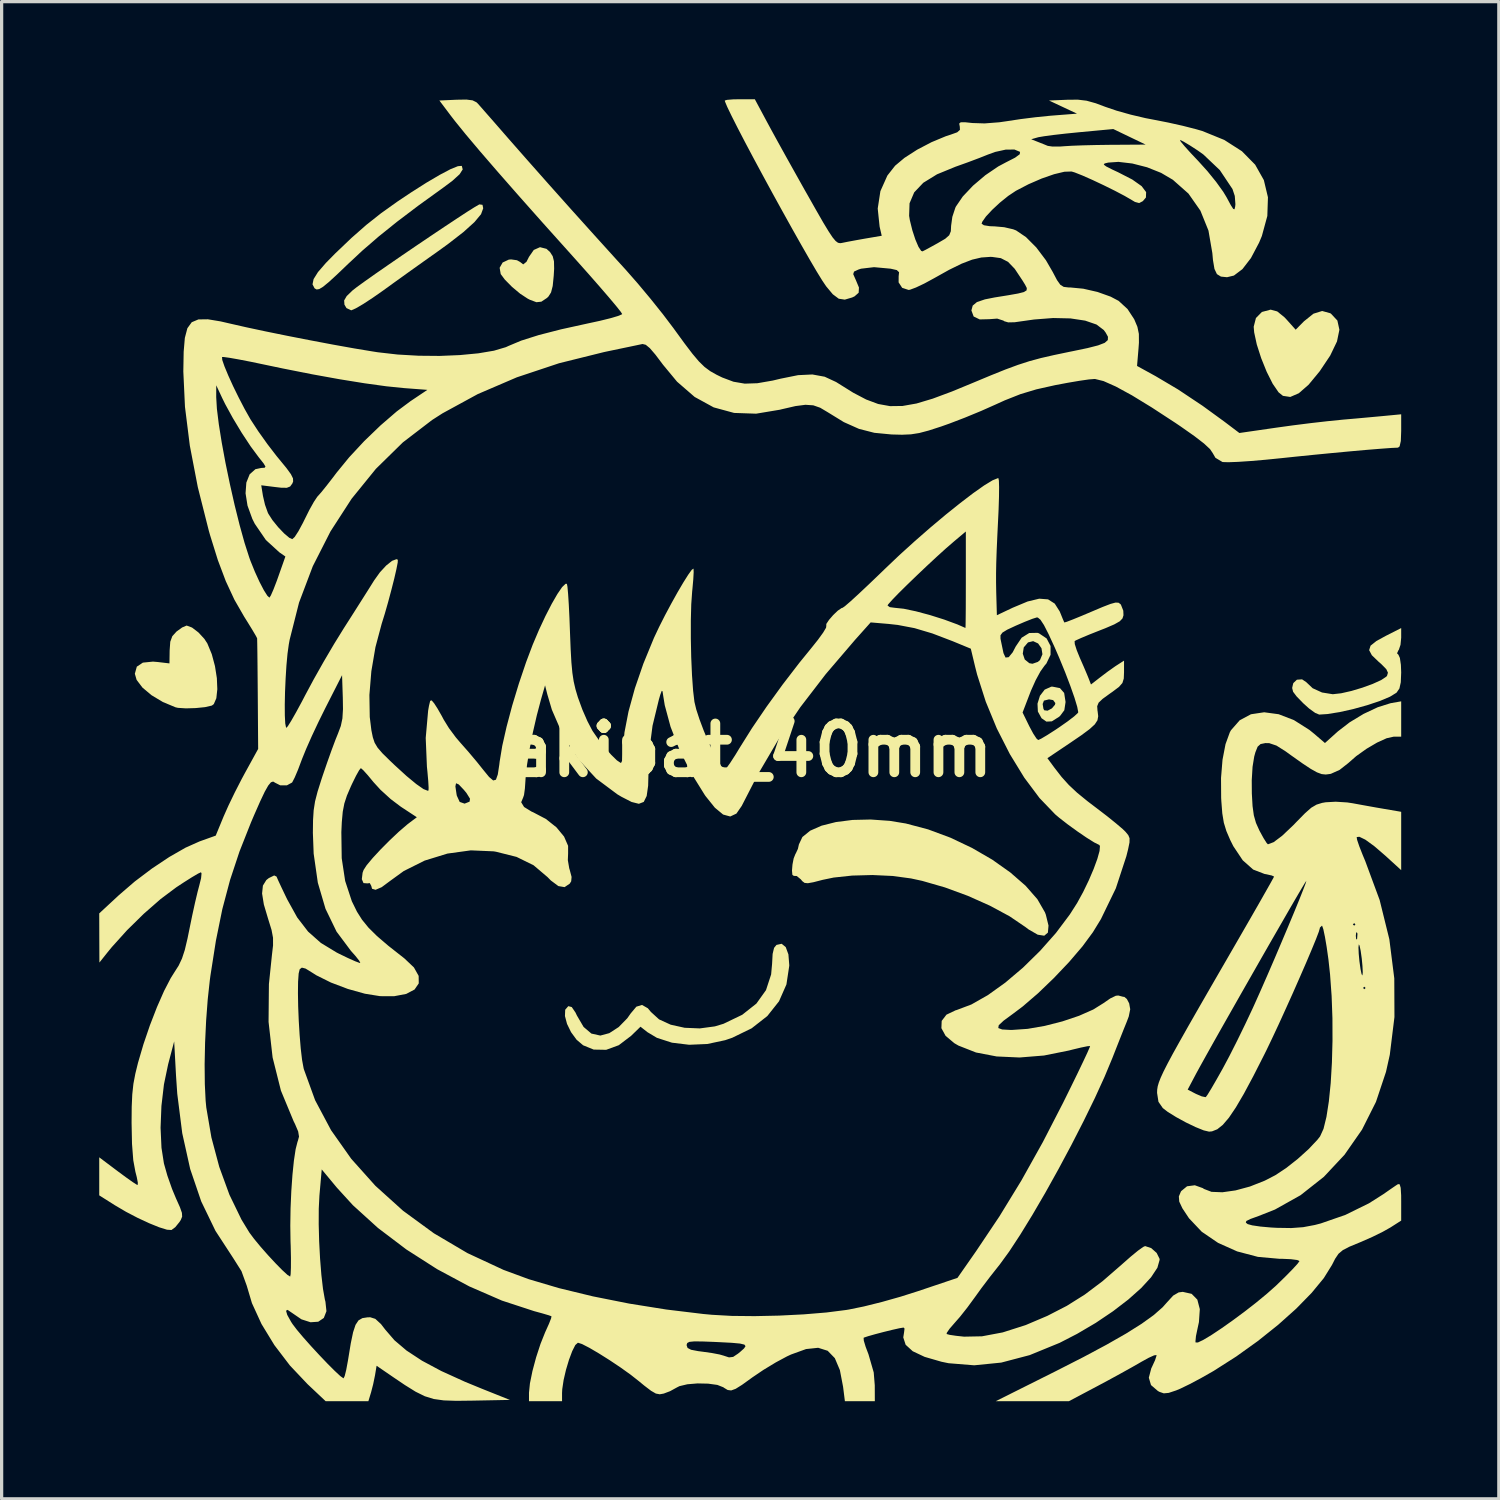
<source format=kicad_pcb>
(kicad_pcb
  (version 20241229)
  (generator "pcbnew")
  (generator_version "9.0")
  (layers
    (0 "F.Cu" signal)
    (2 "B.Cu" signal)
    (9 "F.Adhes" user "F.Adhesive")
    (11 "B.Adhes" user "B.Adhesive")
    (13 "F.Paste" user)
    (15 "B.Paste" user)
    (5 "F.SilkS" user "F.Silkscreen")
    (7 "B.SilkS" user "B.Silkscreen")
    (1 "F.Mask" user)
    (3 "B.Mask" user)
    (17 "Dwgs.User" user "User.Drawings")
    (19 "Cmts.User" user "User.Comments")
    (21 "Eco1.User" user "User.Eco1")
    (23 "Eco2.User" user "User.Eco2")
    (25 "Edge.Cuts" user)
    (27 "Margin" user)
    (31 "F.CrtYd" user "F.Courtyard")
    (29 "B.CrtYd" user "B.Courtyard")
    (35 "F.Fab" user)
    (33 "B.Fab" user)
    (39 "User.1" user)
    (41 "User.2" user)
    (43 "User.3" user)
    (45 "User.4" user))
  (footprint "akipat_40mm"
    (layer "F.Cu")
    (at 20.007 20.007)
    (property "Reference" "akipat_40mm" (at 0 0 0) (layer "F.SilkS") (effects (font (size 1.5 1.5) (thickness 0.3))))
    (attr board_only exclude_from_pos_files exclude_from_bom)
    (fp_poly (pts (xy -6.261 -15.409) (xy -6.152 -15.31) (xy -6.07 -15.182) (xy -6.031 -15.026) (xy -6.026 -14.795) (xy -6.039 -14.58) (xy -6.07 -14.268) (xy -6.121 -14.07) (xy -6.202 -13.942) (xy -6.252 -13.896) (xy -6.419 -13.785) (xy -6.571 -13.769) (xy -6.772 -13.844) (xy -6.838 -13.878) (xy -7.069 -14.029) (xy -7.321 -14.24) (xy -7.541 -14.463) (xy -7.668 -14.634) (xy -7.701 -14.827) (xy -7.609 -14.989) (xy -7.42 -15.078) (xy -7.348 -15.084) (xy -7.169 -15.059) (xy -7.073 -15.006) (xy -6.977 -14.931) (xy -6.876 -15.011) (xy -6.799 -15.163) (xy -6.652 -15.375) (xy -6.461 -15.46)) (stroke (width 0) (type solid)) (fill yes) (layer "F.SilkS"))
    (fp_poly (pts (xy 9.52 -1.908) (xy 9.649 -1.759) (xy 9.691 -1.489) (xy 9.691 -1.475) (xy 9.654 -1.229) (xy 9.521 -1.051) (xy 9.485 -1.022) (xy 9.27 -0.887) (xy 9.103 -0.879) (xy 8.954 -0.983) (xy 8.841 -1.188) (xy 8.83 -1.42) (xy 8.988 -1.42) (xy 9.012 -1.273) (xy 9.037 -1.227) (xy 9.14 -1.215) (xy 9.272 -1.286) (xy 9.366 -1.397) (xy 9.378 -1.449) (xy 9.31 -1.54) (xy 9.183 -1.563) (xy 9.027 -1.524) (xy 8.988 -1.42) (xy 8.83 -1.42) (xy 8.83 -1.433) (xy 8.905 -1.673) (xy 9.05 -1.862) (xy 9.25 -1.952) (xy 9.289 -1.954)) (stroke (width 0) (type solid)) (fill yes) (layer "F.SilkS"))
    (fp_poly (pts (xy 16.197 -13.486) (xy 16.416 -13.309) (xy 16.489 -13.232) (xy 16.764 -12.924) (xy 17.019 -13.182) (xy 17.311 -13.416) (xy 17.578 -13.499) (xy 17.825 -13.431) (xy 17.849 -13.416) (xy 18.046 -13.206) (xy 18.108 -12.922) (xy 18.034 -12.563) (xy 17.825 -12.128) (xy 17.503 -11.647) (xy 17.162 -11.234) (xy 16.861 -10.971) (xy 16.598 -10.857) (xy 16.373 -10.891) (xy 16.238 -11) (xy 16.057 -11.264) (xy 15.873 -11.631) (xy 15.704 -12.05) (xy 15.569 -12.47) (xy 15.489 -12.84) (xy 15.474 -13.015) (xy 15.543 -13.283) (xy 15.726 -13.469) (xy 15.992 -13.54) (xy 15.997 -13.54)) (stroke (width 0) (type solid)) (fill yes) (layer "F.SilkS"))
    (fp_poly (pts (xy -8.863 -17.954) (xy -8.836 -17.851) (xy -8.931 -17.702) (xy -9.153 -17.5) (xy -9.43 -17.293) (xy -10.195 -16.741) (xy -10.849 -16.246) (xy -11.419 -15.788) (xy -11.929 -15.347) (xy -12.357 -14.947) (xy -12.7 -14.619) (xy -12.95 -14.39) (xy -13.126 -14.245) (xy -13.245 -14.173) (xy -13.325 -14.16) (xy -13.385 -14.193) (xy -13.39 -14.198) (xy -13.452 -14.318) (xy -13.419 -14.479) (xy -13.285 -14.694) (xy -13.04 -14.977) (xy -12.759 -15.263) (xy -12.255 -15.744) (xy -11.8 -16.144) (xy -11.345 -16.504) (xy -10.84 -16.864) (xy -10.43 -17.138) (xy -9.95 -17.443) (xy -9.54 -17.684) (xy -9.214 -17.856) (xy -8.985 -17.949) (xy -8.868 -17.959)) (stroke (width 0) (type solid)) (fill yes) (layer "F.SilkS"))
    (fp_poly (pts (xy -17.156 -3.77) (xy -16.96 -3.621) (xy -16.777 -3.423) (xy -16.684 -3.28) (xy -16.548 -2.951) (xy -16.45 -2.585) (xy -16.392 -2.215) (xy -16.378 -1.875) (xy -16.408 -1.598) (xy -16.486 -1.417) (xy -16.546 -1.372) (xy -16.754 -1.324) (xy -17.042 -1.295) (xy -17.342 -1.286) (xy -17.587 -1.302) (xy -17.663 -1.319) (xy -18.053 -1.482) (xy -18.401 -1.691) (xy -18.679 -1.925) (xy -18.858 -2.161) (xy -18.913 -2.35) (xy -18.852 -2.568) (xy -18.666 -2.692) (xy -18.355 -2.723) (xy -18.212 -2.711) (xy -17.849 -2.668) (xy -17.843 -3.069) (xy -17.824 -3.334) (xy -17.761 -3.505) (xy -17.632 -3.647) (xy -17.628 -3.65) (xy -17.46 -3.772) (xy -17.327 -3.829) (xy -17.317 -3.83)) (stroke (width 0) (type solid)) (fill yes) (layer "F.SilkS"))
    (fp_poly (pts (xy -8.228 -16.762) (xy -8.206 -16.655) (xy -8.273 -16.473) (xy -8.476 -16.23) (xy -8.816 -15.923) (xy -9.294 -15.552) (xy -9.62 -15.317) (xy -10.029 -15.027) (xy -10.499 -14.692) (xy -10.964 -14.358) (xy -11.276 -14.132) (xy -11.601 -13.905) (xy -11.891 -13.715) (xy -12.118 -13.582) (xy -12.254 -13.522) (xy -12.267 -13.521) (xy -12.408 -13.588) (xy -12.471 -13.694) (xy -12.48 -13.823) (xy -12.402 -13.957) (xy -12.222 -14.131) (xy -12.086 -14.237) (xy -11.847 -14.41) (xy -11.526 -14.637) (xy -11.142 -14.903) (xy -10.718 -15.195) (xy -10.273 -15.498) (xy -9.829 -15.798) (xy -9.405 -16.082) (xy -9.023 -16.335) (xy -8.704 -16.544) (xy -8.467 -16.693) (xy -8.334 -16.77) (xy -8.323 -16.775)) (stroke (width 0) (type solid)) (fill yes) (layer "F.SilkS"))
    (fp_poly (pts (xy 4.288 2.171) (xy 4.782 2.252) (xy 5.469 2.434) (xy 6.155 2.689) (xy 6.818 3.004) (xy 7.439 3.364) (xy 7.994 3.757) (xy 8.464 4.166) (xy 8.826 4.58) (xy 9.059 4.984) (xy 9.086 5.056) (xy 9.168 5.39) (xy 9.149 5.606) (xy 9.037 5.701) (xy 8.837 5.67) (xy 8.557 5.509) (xy 8.459 5.435) (xy 7.971 5.104) (xy 7.368 4.779) (xy 6.692 4.477) (xy 5.985 4.217) (xy 5.288 4.016) (xy 4.943 3.941) (xy 4.378 3.865) (xy 3.756 3.836) (xy 3.133 3.853) (xy 2.564 3.914) (xy 2.227 3.984) (xy 1.944 4.057) (xy 1.772 4.088) (xy 1.671 4.078) (xy 1.601 4.025) (xy 1.554 3.968) (xy 1.431 3.867) (xy 1.339 3.862) (xy 1.296 3.831) (xy 1.284 3.699) (xy 1.299 3.514) (xy 1.335 3.327) (xy 1.39 3.188) (xy 1.402 3.17) (xy 1.466 3.032) (xy 1.497 2.894) (xy 1.604 2.667) (xy 1.844 2.473) (xy 2.195 2.319) (xy 2.635 2.208) (xy 3.145 2.143) (xy 3.703 2.13)) (stroke (width 0) (type solid)) (fill yes) (layer "F.SilkS"))
    (fp_poly (pts (xy 20.007 -3.456) (xy 19.986 -3.239) (xy 19.935 -3.088) (xy 19.922 -3.072) (xy 19.88 -2.978) (xy 19.922 -2.935) (xy 19.967 -2.835) (xy 19.998 -2.626) (xy 20.007 -2.391) (xy 19.995 -2.089) (xy 19.953 -1.898) (xy 19.869 -1.775) (xy 19.859 -1.765) (xy 19.664 -1.645) (xy 19.354 -1.514) (xy 18.967 -1.385) (xy 18.542 -1.267) (xy 18.119 -1.172) (xy 17.735 -1.111) (xy 17.487 -1.095) (xy 17.363 -1.147) (xy 17.176 -1.282) (xy 16.999 -1.441) (xy 16.794 -1.652) (xy 16.685 -1.796) (xy 16.656 -1.913) (xy 16.685 -2.041) (xy 16.694 -2.065) (xy 16.802 -2.167) (xy 16.961 -2.178) (xy 17.091 -2.091) (xy 17.092 -2.089) (xy 17.286 -1.905) (xy 17.574 -1.774) (xy 17.898 -1.722) (xy 17.914 -1.722) (xy 18.164 -1.75) (xy 18.477 -1.821) (xy 18.814 -1.922) (xy 19.132 -2.038) (xy 19.392 -2.156) (xy 19.55 -2.261) (xy 19.572 -2.287) (xy 19.6 -2.382) (xy 19.55 -2.49) (xy 19.401 -2.642) (xy 19.31 -2.722) (xy 19.105 -2.919) (xy 19.022 -3.075) (xy 19.066 -3.213) (xy 19.245 -3.356) (xy 19.535 -3.515) (xy 20.007 -3.754)) (stroke (width 0) (type solid)) (fill yes) (layer "F.SilkS"))
    (fp_poly (pts (xy 1.092 6.052) (xy 1.174 6.275) (xy 1.2 6.601) (xy 1.2 6.626) (xy 1.113 7.199) (xy 0.885 7.717) (xy 0.526 8.17) (xy 0.044 8.547) (xy -0.551 8.837) (xy -0.77 8.912) (xy -1.318 9.029) (xy -1.876 9.053) (xy -2.405 8.989) (xy -2.867 8.84) (xy -3.16 8.665) (xy -3.372 8.498) (xy -3.659 8.777) (xy -4.039 9.066) (xy -4.427 9.208) (xy -4.81 9.201) (xy -5.135 9.069) (xy -5.337 8.897) (xy -5.506 8.666) (xy -5.63 8.412) (xy -5.694 8.17) (xy -5.686 7.976) (xy -5.591 7.866) (xy -5.59 7.866) (xy -5.485 7.894) (xy -5.369 8.064) (xy -5.328 8.151) (xy -5.121 8.505) (xy -4.881 8.709) (xy -4.606 8.77) (xy -4.331 8.696) (xy -4.041 8.508) (xy -3.777 8.237) (xy -3.674 8.091) (xy -3.499 7.882) (xy -3.324 7.829) (xy -3.146 7.931) (xy -3.052 8.044) (xy -2.802 8.272) (xy -2.444 8.436) (xy -2.014 8.531) (xy -1.549 8.55) (xy -1.086 8.488) (xy -0.821 8.408) (xy -0.245 8.131) (xy 0.19 7.787) (xy 0.485 7.374) (xy 0.643 6.891) (xy 0.672 6.569) (xy 0.689 6.26) (xy 0.733 6.075) (xy 0.807 5.984) (xy 0.967 5.949)) (stroke (width 0) (type solid)) (fill yes) (layer "F.SilkS"))
    (fp_poly (pts (xy 20.007 -0.96) (xy 20.007 -0.417) (xy 19.779 -0.417) (xy 19.56 -0.368) (xy 19.267 -0.235) (xy 18.942 -0.044) (xy 18.624 0.183) (xy 18.377 0.399) (xy 18.114 0.605) (xy 17.849 0.724) (xy 17.816 0.731) (xy 17.688 0.747) (xy 17.563 0.734) (xy 17.418 0.68) (xy 17.228 0.574) (xy 16.97 0.403) (xy 16.62 0.155) (xy 16.457 0.037) (xy 16.174 -0.142) (xy 15.951 -0.217) (xy 15.832 -0.219) (xy 15.685 -0.189) (xy 15.595 -0.108) (xy 15.526 0.064) (xy 15.49 0.195) (xy 15.439 0.51) (xy 15.414 0.925) (xy 15.417 1.329) (xy 15.439 1.717) (xy 15.478 2.001) (xy 15.544 2.234) (xy 15.648 2.466) (xy 15.656 2.481) (xy 15.776 2.7) (xy 15.87 2.849) (xy 15.911 2.892) (xy 16.087 2.826) (xy 16.347 2.631) (xy 16.688 2.308) (xy 16.803 2.189) (xy 17.056 1.932) (xy 17.244 1.767) (xy 17.406 1.672) (xy 17.577 1.619) (xy 17.687 1.6) (xy 17.995 1.583) (xy 18.348 1.605) (xy 18.508 1.629) (xy 18.836 1.689) (xy 19.219 1.758) (xy 19.48 1.803) (xy 20.007 1.893) (xy 20.007 2.79) (xy 20.007 3.686) (xy 19.519 3.241) (xy 19.175 2.945) (xy 18.905 2.749) (xy 18.721 2.66) (xy 18.639 2.67) (xy 18.652 2.754) (xy 18.717 2.947) (xy 18.823 3.217) (xy 18.902 3.406) (xy 19.345 4.604) (xy 19.643 5.81) (xy 19.795 7.013) (xy 19.8 8.2) (xy 19.657 9.36) (xy 19.54 9.886) (xy 19.232 10.808) (xy 18.803 11.662) (xy 18.265 12.434) (xy 17.631 13.111) (xy 16.915 13.676) (xy 16.128 14.117) (xy 15.628 14.315) (xy 15.373 14.407) (xy 15.248 14.469) (xy 15.232 14.519) (xy 15.288 14.564) (xy 15.428 14.603) (xy 15.681 14.64) (xy 16.004 14.669) (xy 16.184 14.679) (xy 16.63 14.686) (xy 16.995 14.659) (xy 17.351 14.592) (xy 17.536 14.544) (xy 18.291 14.282) (xy 19.017 13.925) (xy 19.46 13.644) (xy 19.675 13.494) (xy 19.846 13.377) (xy 19.91 13.336) (xy 19.961 13.342) (xy 19.992 13.45) (xy 20.006 13.681) (xy 20.007 13.867) (xy 20.007 14.457) (xy 19.675 14.669) (xy 19.44 14.801) (xy 19.121 14.958) (xy 18.779 15.109) (xy 18.718 15.134) (xy 18.412 15.261) (xy 18.213 15.365) (xy 18.081 15.476) (xy 17.978 15.628) (xy 17.88 15.82) (xy 17.629 16.224) (xy 17.256 16.677) (xy 16.782 17.162) (xy 16.224 17.661) (xy 15.603 18.157) (xy 14.939 18.633) (xy 14.251 19.072) (xy 14.189 19.108) (xy 13.844 19.304) (xy 13.506 19.483) (xy 13.224 19.62) (xy 13.091 19.676) (xy 12.862 19.752) (xy 12.711 19.766) (xy 12.577 19.72) (xy 12.529 19.693) (xy 12.318 19.512) (xy 12.251 19.285) (xy 12.326 18.999) (xy 12.354 18.941) (xy 12.443 18.746) (xy 12.486 18.612) (xy 12.486 18.589) (xy 12.414 18.598) (xy 12.246 18.674) (xy 12.015 18.801) (xy 11.997 18.812) (xy 11.735 18.962) (xy 11.383 19.158) (xy 10.991 19.372) (xy 10.662 19.548) (xy 9.795 20.007) (xy 8.671 20.007) (xy 7.547 20.007) (xy 9.382 19.089) (xy 10.237 18.653) (xy 10.957 18.268) (xy 11.551 17.929) (xy 12.028 17.629) (xy 12.398 17.363) (xy 12.671 17.124) (xy 12.807 16.972) (xy 12.999 16.762) (xy 13.167 16.664) (xy 13.293 16.647) (xy 13.567 16.708) (xy 13.742 16.886) (xy 13.818 17.178) (xy 13.791 17.576) (xy 13.747 17.78) (xy 13.7 18.004) (xy 13.684 18.167) (xy 13.688 18.202) (xy 13.762 18.202) (xy 13.935 18.118) (xy 14.187 17.966) (xy 14.496 17.76) (xy 14.841 17.516) (xy 15.201 17.249) (xy 15.555 16.973) (xy 15.881 16.704) (xy 16.158 16.458) (xy 16.179 16.438) (xy 16.447 16.177) (xy 16.668 15.952) (xy 16.82 15.786) (xy 16.881 15.702) (xy 16.881 15.7) (xy 16.809 15.668) (xy 16.618 15.643) (xy 16.346 15.631) (xy 16.264 15.631) (xy 15.605 15.572) (xy 14.966 15.404) (xy 14.38 15.142) (xy 13.878 14.8) (xy 13.491 14.391) (xy 13.472 14.365) (xy 13.282 14.078) (xy 13.186 13.873) (xy 13.174 13.714) (xy 13.236 13.566) (xy 13.247 13.549) (xy 13.426 13.402) (xy 13.665 13.371) (xy 13.91 13.459) (xy 13.946 13.484) (xy 14.178 13.573) (xy 14.512 13.586) (xy 14.916 13.529) (xy 15.36 13.409) (xy 15.813 13.23) (xy 16.14 13.061) (xy 16.472 12.841) (xy 16.83 12.559) (xy 17.166 12.256) (xy 17.433 11.972) (xy 17.514 11.869) (xy 17.62 11.636) (xy 17.71 11.27) (xy 17.784 10.793) (xy 17.841 10.23) (xy 17.878 9.601) (xy 17.896 8.93) (xy 17.894 8.239) (xy 17.869 7.552) (xy 17.851 7.307) (xy 18.835 7.307) (xy 18.874 7.346) (xy 18.913 7.307) (xy 18.874 7.268) (xy 18.835 7.307) (xy 17.851 7.307) (xy 17.821 6.891) (xy 17.771 6.43) (xy 17.718 6.056) (xy 18.694 6.056) (xy 18.702 6.256) (xy 18.723 6.481) (xy 18.757 6.724) (xy 18.79 6.883) (xy 18.815 6.924) (xy 18.826 6.833) (xy 18.817 6.633) (xy 18.796 6.409) (xy 18.762 6.166) (xy 18.728 6.007) (xy 18.705 5.966) (xy 18.694 6.056) (xy 17.718 6.056) (xy 17.717 6.049) (xy 17.663 5.731) (xy 17.657 5.705) (xy 18.613 5.705) (xy 18.625 5.816) (xy 18.652 5.803) (xy 18.663 5.643) (xy 18.652 5.608) (xy 18.624 5.598) (xy 18.613 5.705) (xy 17.657 5.705) (xy 17.615 5.504) (xy 17.578 5.397) (xy 17.571 5.393) (xy 17.508 5.453) (xy 17.506 5.472) (xy 17.475 5.58) (xy 17.388 5.808) (xy 17.255 6.132) (xy 17.086 6.531) (xy 16.89 6.981) (xy 16.679 7.461) (xy 16.46 7.947) (xy 16.246 8.417) (xy 16.044 8.849) (xy 15.866 9.22) (xy 15.807 9.339) (xy 15.464 10.014) (xy 15.173 10.557) (xy 14.925 10.98) (xy 14.712 11.295) (xy 14.525 11.514) (xy 14.355 11.65) (xy 14.194 11.714) (xy 14.103 11.723) (xy 13.938 11.684) (xy 13.686 11.582) (xy 13.389 11.439) (xy 13.091 11.276) (xy 12.834 11.117) (xy 12.68 10.998) (xy 12.547 10.806) (xy 12.505 10.535) (xy 12.505 10.516) (xy 12.508 10.431) (xy 13.445 10.431) (xy 13.698 10.562) (xy 13.877 10.639) (xy 13.993 10.663) (xy 14.003 10.66) (xy 14.059 10.583) (xy 14.173 10.396) (xy 14.329 10.127) (xy 14.511 9.804) (xy 14.52 9.788) (xy 14.725 9.404) (xy 14.966 8.928) (xy 15.216 8.415) (xy 15.45 7.918) (xy 15.514 7.776) (xy 15.698 7.364) (xy 15.9 6.903) (xy 16.111 6.415) (xy 16.321 5.921) (xy 16.523 5.443) (xy 16.56 5.354) (xy 18.522 5.354) (xy 18.562 5.393) (xy 18.601 5.354) (xy 18.562 5.314) (xy 18.522 5.354) (xy 16.56 5.354) (xy 16.708 5) (xy 16.866 4.615) (xy 16.988 4.308) (xy 17.067 4.101) (xy 17.092 4.015) (xy 17.092 4.014) (xy 17.051 4.075) (xy 16.942 4.256) (xy 16.776 4.539) (xy 16.561 4.909) (xy 16.308 5.349) (xy 16.024 5.841) (xy 15.721 6.37) (xy 15.408 6.919) (xy 15.093 7.471) (xy 14.787 8.01) (xy 14.498 8.519) (xy 14.237 8.981) (xy 14.014 9.38) (xy 13.836 9.7) (xy 13.714 9.923) (xy 13.698 9.953) (xy 13.445 10.431) (xy 12.508 10.431) (xy 12.509 10.427) (xy 12.524 10.33) (xy 12.558 10.214) (xy 12.615 10.067) (xy 12.701 9.879) (xy 12.824 9.637) (xy 12.987 9.332) (xy 13.199 8.951) (xy 13.463 8.483) (xy 13.787 7.917) (xy 14.176 7.241) (xy 14.636 6.446) (xy 14.779 6.198) (xy 15.092 5.656) (xy 15.379 5.158) (xy 15.63 4.721) (xy 15.836 4.358) (xy 15.989 4.088) (xy 16.079 3.925) (xy 16.1 3.883) (xy 16.031 3.851) (xy 15.861 3.812) (xy 15.807 3.803) (xy 15.458 3.668) (xy 15.137 3.383) (xy 14.848 2.95) (xy 14.755 2.765) (xy 14.634 2.484) (xy 14.556 2.228) (xy 14.509 1.943) (xy 14.48 1.571) (xy 14.474 1.465) (xy 14.47 0.852) (xy 14.516 0.291) (xy 14.608 -0.186) (xy 14.74 -0.549) (xy 14.775 -0.613) (xy 15.044 -0.92) (xy 15.39 -1.105) (xy 15.796 -1.166) (xy 16.242 -1.106) (xy 16.711 -0.925) (xy 17.186 -0.624) (xy 17.334 -0.504) (xy 17.664 -0.221) (xy 18.061 -0.578) (xy 18.427 -0.86) (xy 18.853 -1.117) (xy 19.287 -1.321) (xy 19.674 -1.443) (xy 19.714 -1.451) (xy 20.007 -1.502)) (stroke (width 0) (type solid)) (fill yes) (layer "F.SilkS"))
    (fp_poly (pts (xy 0.508 -19.324) (xy 0.658 -19.047) (xy 0.867 -18.666) (xy 1.118 -18.213) (xy 1.393 -17.721) (xy 1.673 -17.221) (xy 1.746 -17.093) (xy 2.028 -16.595) (xy 2.245 -16.217) (xy 2.41 -15.945) (xy 2.532 -15.761) (xy 2.625 -15.65) (xy 2.698 -15.596) (xy 2.763 -15.583) (xy 2.814 -15.59) (xy 2.992 -15.626) (xy 3.262 -15.676) (xy 3.525 -15.723) (xy 4.042 -15.811) (xy 3.977 -16.092) (xy 3.942 -16.424) (xy 4.884 -16.424) (xy 4.906 -16.29) (xy 4.983 -15.979) (xy 5.076 -15.695) (xy 5.171 -15.472) (xy 5.254 -15.346) (xy 5.295 -15.331) (xy 5.391 -15.38) (xy 5.579 -15.482) (xy 5.765 -15.585) (xy 5.994 -15.719) (xy 6.116 -15.827) (xy 6.166 -15.95) (xy 6.174 -16.115) (xy 6.212 -16.392) (xy 6.305 -16.674) (xy 6.322 -16.709) (xy 6.533 -17.018) (xy 6.848 -17.351) (xy 7.225 -17.671) (xy 7.624 -17.942) (xy 7.859 -18.067) (xy 8.142 -18.212) (xy 8.284 -18.317) (xy 8.293 -18.389) (xy 8.292 -18.39) (xy 8.122 -18.461) (xy 7.854 -18.459) (xy 7.527 -18.387) (xy 7.307 -18.307) (xy 7.035 -18.199) (xy 6.687 -18.068) (xy 6.335 -17.942) (xy 6.312 -17.934) (xy 5.742 -17.7) (xy 5.32 -17.44) (xy 5.04 -17.145) (xy 4.897 -16.809) (xy 4.884 -16.424) (xy 3.942 -16.424) (xy 3.919 -16.649) (xy 4.001 -17.182) (xy 4.216 -17.662) (xy 4.453 -17.964) (xy 4.742 -18.206) (xy 5.132 -18.457) (xy 5.572 -18.687) (xy 5.787 -18.777) (xy 8.636 -18.777) (xy 8.831 -18.7) (xy 9.025 -18.623) (xy 9.144 -18.574) (xy 9.287 -18.553) (xy 9.519 -18.553) (xy 9.652 -18.563) (xy 9.88 -18.577) (xy 10.221 -18.59) (xy 10.629 -18.6) (xy 11.06 -18.606) (xy 11.098 -18.606) (xy 12.153 -18.613) (xy 11.854 -18.757) (xy 13.207 -18.757) (xy 13.232 -18.705) (xy 13.349 -18.564) (xy 13.537 -18.355) (xy 13.767 -18.112) (xy 14.051 -17.798) (xy 14.32 -17.466) (xy 14.538 -17.163) (xy 14.638 -16.998) (xy 14.769 -16.755) (xy 14.846 -16.635) (xy 14.885 -16.625) (xy 14.905 -16.711) (xy 14.912 -16.779) (xy 14.893 -17.034) (xy 14.822 -17.247) (xy 14.433 -17.829) (xy 13.927 -18.309) (xy 13.754 -18.432) (xy 13.512 -18.589) (xy 13.319 -18.704) (xy 13.213 -18.756) (xy 13.207 -18.757) (xy 11.854 -18.757) (xy 11.656 -18.852) (xy 11.159 -19.091) (xy 10.1 -18.992) (xy 9.692 -18.951) (xy 9.325 -18.909) (xy 9.034 -18.87) (xy 8.857 -18.84) (xy 8.839 -18.835) (xy 8.636 -18.777) (xy 5.787 -18.777) (xy 6.011 -18.87) (xy 6.156 -18.917) (xy 6.362 -18.991) (xy 6.446 -19.066) (xy 6.441 -19.17) (xy 6.44 -19.172) (xy 6.423 -19.259) (xy 6.467 -19.298) (xy 6.603 -19.3) (xy 6.828 -19.276) (xy 7.204 -19.264) (xy 7.657 -19.299) (xy 7.912 -19.336) (xy 8.307 -19.396) (xy 8.77 -19.454) (xy 9.214 -19.499) (xy 9.3 -19.506) (xy 10.043 -19.564) (xy 9.613 -19.766) (xy 9.183 -19.968) (xy 9.745 -19.991) (xy 10.069 -19.994) (xy 10.338 -19.962) (xy 10.621 -19.883) (xy 10.917 -19.772) (xy 11.262 -19.655) (xy 11.696 -19.533) (xy 12.151 -19.426) (xy 12.412 -19.376) (xy 12.845 -19.291) (xy 13.297 -19.19) (xy 13.7 -19.087) (xy 13.897 -19.03) (xy 14.57 -18.756) (xy 15.112 -18.409) (xy 15.519 -17.996) (xy 15.786 -17.522) (xy 15.912 -16.994) (xy 15.893 -16.419) (xy 15.725 -15.803) (xy 15.639 -15.598) (xy 15.389 -15.125) (xy 15.128 -14.786) (xy 14.866 -14.588) (xy 14.655 -14.537) (xy 14.467 -14.556) (xy 14.344 -14.632) (xy 14.268 -14.792) (xy 14.222 -15.066) (xy 14.203 -15.279) (xy 14.084 -15.97) (xy 13.836 -16.583) (xy 13.469 -17.107) (xy 12.99 -17.531) (xy 12.628 -17.744) (xy 12.197 -17.916) (xy 11.743 -18.032) (xy 11.316 -18.082) (xy 11.002 -18.06) (xy 10.892 -18.033) (xy 10.866 -17.998) (xy 10.94 -17.942) (xy 11.129 -17.846) (xy 11.305 -17.764) (xy 11.743 -17.539) (xy 12.03 -17.336) (xy 12.168 -17.153) (xy 12.162 -16.987) (xy 12.067 -16.875) (xy 11.954 -16.816) (xy 11.824 -16.851) (xy 11.735 -16.904) (xy 11.51 -17.035) (xy 11.206 -17.195) (xy 10.862 -17.365) (xy 10.516 -17.528) (xy 10.206 -17.665) (xy 9.971 -17.758) (xy 9.877 -17.786) (xy 9.657 -17.779) (xy 9.34 -17.703) (xy 8.96 -17.571) (xy 8.554 -17.395) (xy 8.166 -17.193) (xy 7.929 -17.035) (xy 7.676 -16.831) (xy 7.438 -16.61) (xy 7.245 -16.403) (xy 7.131 -16.24) (xy 7.112 -16.18) (xy 7.182 -16.134) (xy 7.363 -16.105) (xy 7.51 -16.1) (xy 7.805 -16.074) (xy 8.082 -16.01) (xy 8.172 -15.975) (xy 8.475 -15.77) (xy 8.792 -15.452) (xy 9.089 -15.058) (xy 9.297 -14.699) (xy 9.43 -14.447) (xy 9.531 -14.305) (xy 9.635 -14.24) (xy 9.777 -14.223) (xy 9.829 -14.223) (xy 10.236 -14.184) (xy 10.674 -14.084) (xy 11.077 -13.94) (xy 11.323 -13.81) (xy 11.597 -13.558) (xy 11.802 -13.245) (xy 11.9 -13.012) (xy 11.945 -12.795) (xy 11.947 -12.527) (xy 11.934 -12.345) (xy 11.889 -11.81) (xy 12.46 -11.496) (xy 13.15 -11.087) (xy 13.902 -10.586) (xy 14.571 -10.099) (xy 15.034 -9.749) (xy 16.173 -9.914) (xy 16.679 -9.984) (xy 17.227 -10.053) (xy 17.752 -10.113) (xy 18.191 -10.157) (xy 18.21 -10.159) (xy 18.623 -10.195) (xy 19.031 -10.232) (xy 19.377 -10.264) (xy 19.558 -10.281) (xy 20.007 -10.324) (xy 20.007 -9.812) (xy 19.996 -9.504) (xy 19.959 -9.338) (xy 19.91 -9.299) (xy 19.71 -9.29) (xy 19.382 -9.266) (xy 18.951 -9.231) (xy 18.445 -9.186) (xy 17.89 -9.134) (xy 17.313 -9.078) (xy 16.741 -9.02) (xy 16.334 -8.977) (xy 15.837 -8.927) (xy 15.381 -8.888) (xy 14.992 -8.862) (xy 14.699 -8.851) (xy 14.529 -8.856) (xy 14.512 -8.859) (xy 14.298 -8.987) (xy 14.217 -9.127) (xy 14.133 -9.253) (xy 13.947 -9.426) (xy 13.65 -9.655) (xy 13.23 -9.95) (xy 13.069 -10.059) (xy 12.342 -10.534) (xy 11.732 -10.907) (xy 11.237 -11.177) (xy 10.859 -11.345) (xy 10.599 -11.409) (xy 10.577 -11.409) (xy 10.405 -11.395) (xy 10.12 -11.354) (xy 9.761 -11.293) (xy 9.367 -11.219) (xy 9.364 -11.218) (xy 8.796 -11.091) (xy 8.307 -10.944) (xy 7.82 -10.751) (xy 7.54 -10.624) (xy 7.097 -10.427) (xy 6.6 -10.222) (xy 6.123 -10.039) (xy 5.869 -9.949) (xy 5.486 -9.825) (xy 5.194 -9.748) (xy 4.939 -9.708) (xy 4.667 -9.696) (xy 4.345 -9.704) (xy 3.815 -9.755) (xy 3.343 -9.876) (xy 2.877 -10.084) (xy 2.374 -10.393) (xy 2.15 -10.526) (xy 1.938 -10.6) (xy 1.698 -10.616) (xy 1.393 -10.577) (xy 0.985 -10.483) (xy 0.912 -10.465) (xy 0.182 -10.343) (xy -0.495 -10.366) (xy -1.123 -10.537) (xy -1.707 -10.857) (xy -2.248 -11.326) (xy -2.678 -11.845) (xy -2.914 -12.158) (xy -3.085 -12.357) (xy -3.21 -12.46) (xy -3.307 -12.484) (xy -3.322 -12.482) (xy -3.454 -12.454) (xy -3.706 -12.401) (xy -4.042 -12.331) (xy -4.429 -12.25) (xy -4.494 -12.236) (xy -5.875 -11.893) (xy -7.174 -11.46) (xy -8.373 -10.945) (xy -9.455 -10.355) (xy -9.778 -10.148) (xy -10.675 -9.461) (xy -11.504 -8.648) (xy -12.25 -7.729) (xy -12.9 -6.724) (xy -13.444 -5.654) (xy -13.866 -4.538) (xy -14.155 -3.396) (xy -14.181 -3.253) (xy -14.221 -2.964) (xy -14.254 -2.602) (xy -14.279 -2.2) (xy -14.297 -1.789) (xy -14.305 -1.401) (xy -14.303 -1.067) (xy -14.29 -0.821) (xy -14.265 -0.694) (xy -14.26 -0.687) (xy -14.211 -0.737) (xy -14.106 -0.905) (xy -13.957 -1.166) (xy -13.777 -1.498) (xy -13.676 -1.692) (xy -13.417 -2.175) (xy -13.109 -2.721) (xy -12.789 -3.265) (xy -12.496 -3.739) (xy -12.488 -3.752) (xy -12.235 -4.148) (xy -11.987 -4.539) (xy -11.767 -4.886) (xy -11.6 -5.152) (xy -11.561 -5.215) (xy -11.381 -5.467) (xy -11.187 -5.677) (xy -11.008 -5.82) (xy -10.872 -5.871) (xy -10.83 -5.854) (xy -10.834 -5.768) (xy -10.874 -5.563) (xy -10.941 -5.271) (xy -11.029 -4.925) (xy -11.128 -4.554) (xy -11.231 -4.193) (xy -11.331 -3.871) (xy -11.331 -3.869) (xy -11.518 -3.168) (xy -11.644 -2.428) (xy -11.704 -1.697) (xy -11.693 -1.021) (xy -11.643 -0.614) (xy -11.599 -0.398) (xy -11.543 -0.23) (xy -11.452 -0.078) (xy -11.303 0.095) (xy -11.072 0.322) (xy -10.926 0.461) (xy -10.561 0.794) (xy -10.262 1.041) (xy -10.041 1.195) (xy -9.91 1.246) (xy -9.887 1.237) (xy -9.884 1.153) (xy -9.886 1.112) (xy -9.061 1.112) (xy -9.026 1.35) (xy -9.017 1.397) (xy -8.929 1.589) (xy -8.778 1.642) (xy -8.625 1.581) (xy -8.612 1.49) (xy -8.723 1.312) (xy -8.801 1.218) (xy -8.957 1.053) (xy -9.041 1.015) (xy -9.061 1.112) (xy -9.886 1.112) (xy -9.895 0.95) (xy -9.92 0.665) (xy -9.936 0.508) (xy -9.973 -0.377) (xy -9.899 -1.214) (xy -9.873 -1.363) (xy -9.836 -1.517) (xy -9.791 -1.532) (xy -9.714 -1.441) (xy -9.611 -1.282) (xy -9.479 -1.051) (xy -9.419 -0.938) (xy -9.26 -0.68) (xy -9.046 -0.392) (xy -8.897 -0.218) (xy -8.661 0.049) (xy -8.397 0.363) (xy -8.214 0.592) (xy -8.026 0.822) (xy -7.899 0.93) (xy -7.815 0.907) (xy -7.758 0.746) (xy -7.711 0.439) (xy -7.701 0.352) (xy -7.621 -0.133) (xy -7.488 -0.721) (xy -7.315 -1.372) (xy -7.11 -2.048) (xy -6.887 -2.708) (xy -6.685 -3.243) (xy -6.492 -3.698) (xy -6.294 -4.122) (xy -6.101 -4.497) (xy -5.926 -4.801) (xy -5.78 -5.014) (xy -5.674 -5.115) (xy -5.634 -5.113) (xy -5.617 -5.024) (xy -5.597 -4.804) (xy -5.576 -4.479) (xy -5.556 -4.075) (xy -5.54 -3.647) (xy -5.519 -3.112) (xy -5.496 -2.701) (xy -5.466 -2.379) (xy -5.426 -2.115) (xy -5.371 -1.876) (xy -5.297 -1.627) (xy -5.288 -1.602) (xy -5.158 -1.247) (xy -5.003 -0.892) (xy -4.855 -0.609) (xy -4.841 -0.586) (xy -4.669 -0.337) (xy -4.469 -0.083) (xy -4.269 0.144) (xy -4.097 0.312) (xy -3.982 0.389) (xy -3.97 0.391) (xy -3.935 0.32) (xy -3.912 0.14) (xy -3.908 -0.003) (xy -3.865 -0.545) (xy -3.741 -1.187) (xy -3.545 -1.902) (xy -3.284 -2.66) (xy -2.966 -3.434) (xy -2.95 -3.47) (xy -2.798 -3.792) (xy -2.619 -4.146) (xy -2.426 -4.507) (xy -2.234 -4.852) (xy -2.055 -5.156) (xy -1.905 -5.394) (xy -1.797 -5.544) (xy -1.744 -5.581) (xy -1.742 -5.578) (xy -1.738 -5.469) (xy -1.75 -5.248) (xy -1.776 -4.957) (xy -1.784 -4.881) (xy -1.812 -4.486) (xy -1.825 -3.987) (xy -1.825 -3.428) (xy -1.813 -2.853) (xy -1.789 -2.305) (xy -1.755 -1.828) (xy -1.714 -1.485) (xy -1.658 -1.252) (xy -1.559 -0.949) (xy -1.43 -0.606) (xy -1.285 -0.255) (xy -1.137 0.075) (xy -0.999 0.352) (xy -0.885 0.546) (xy -0.808 0.625) (xy -0.803 0.625) (xy -0.739 0.562) (xy -0.616 0.391) (xy -0.454 0.14) (xy -0.313 -0.092) (xy 0.056 -0.68) (xy 0.503 -1.337) (xy 0.998 -2.02) (xy 1.51 -2.686) (xy 1.868 -3.126) (xy 2.082 -3.394) (xy 2.242 -3.615) (xy 2.331 -3.765) (xy 2.338 -3.819) (xy 2.339 -3.881) (xy 2.423 -4.007) (xy 2.552 -4.156) (xy 2.693 -4.29) (xy 2.809 -4.369) (xy 2.839 -4.377) (xy 2.914 -4.429) (xy 2.935 -4.448) (xy 4.22 -4.448) (xy 4.288 -4.397) (xy 4.44 -4.377) (xy 4.717 -4.348) (xy 5.093 -4.269) (xy 5.523 -4.154) (xy 5.963 -4.015) (xy 6.37 -3.865) (xy 6.615 -3.757) (xy 6.619 -3.829) (xy 6.622 -4.034) (xy 6.625 -4.347) (xy 6.626 -4.745) (xy 6.627 -5.204) (xy 6.627 -5.237) (xy 6.627 -6.722) (xy 6.264 -6.417) (xy 6.023 -6.209) (xy 5.737 -5.95) (xy 5.426 -5.661) (xy 5.112 -5.363) (xy 4.815 -5.076) (xy 4.557 -4.821) (xy 4.36 -4.617) (xy 4.243 -4.485) (xy 4.22 -4.448) (xy 2.935 -4.448) (xy 3.083 -4.575) (xy 3.329 -4.8) (xy 3.634 -5.087) (xy 3.983 -5.421) (xy 4.135 -5.568) (xy 4.588 -5.999) (xy 5.064 -6.43) (xy 5.544 -6.849) (xy 6.014 -7.243) (xy 6.456 -7.597) (xy 6.853 -7.9) (xy 7.189 -8.137) (xy 7.448 -8.295) (xy 7.612 -8.361) (xy 7.627 -8.362) (xy 7.643 -8.289) (xy 7.649 -8.087) (xy 7.646 -7.783) (xy 7.634 -7.404) (xy 7.625 -7.21) (xy 7.596 -6.614) (xy 7.575 -6.143) (xy 7.562 -5.763) (xy 7.556 -5.442) (xy 7.556 -5.149) (xy 7.561 -4.85) (xy 7.565 -4.712) (xy 7.581 -4.149) (xy 8.069 -4.38) (xy 8.526 -4.571) (xy 8.883 -4.657) (xy 9.154 -4.636) (xy 9.359 -4.506) (xy 9.512 -4.265) (xy 9.536 -4.207) (xy 9.608 -4.03) (xy 9.651 -3.931) (xy 9.654 -3.926) (xy 9.727 -3.946) (xy 9.914 -4.018) (xy 10.186 -4.129) (xy 10.481 -4.254) (xy 10.835 -4.404) (xy 11.074 -4.496) (xy 11.225 -4.537) (xy 11.317 -4.534) (xy 11.376 -4.493) (xy 11.394 -4.471) (xy 11.466 -4.289) (xy 11.472 -4.147) (xy 11.441 -4.049) (xy 11.357 -3.962) (xy 11.191 -3.868) (xy 10.917 -3.75) (xy 10.733 -3.678) (xy 10.423 -3.555) (xy 10.17 -3.449) (xy 10.009 -3.376) (xy 9.97 -3.353) (xy 9.975 -3.263) (xy 10.035 -3.075) (xy 10.128 -2.845) (xy 10.248 -2.572) (xy 10.35 -2.332) (xy 10.403 -2.202) (xy 10.473 -2.02) (xy 10.766 -2.248) (xy 10.996 -2.422) (xy 11.217 -2.578) (xy 11.274 -2.615) (xy 11.489 -2.753) (xy 11.489 -2.397) (xy 11.481 -2.202) (xy 11.439 -2.066) (xy 11.334 -1.946) (xy 11.136 -1.797) (xy 11.06 -1.744) (xy 10.831 -1.578) (xy 10.708 -1.461) (xy 10.664 -1.353) (xy 10.673 -1.218) (xy 10.678 -1.191) (xy 10.695 -1.044) (xy 10.672 -0.919) (xy 10.59 -0.794) (xy 10.432 -0.649) (xy 10.179 -0.461) (xy 9.824 -0.219) (xy 9.134 0.245) (xy 9.346 0.533) (xy 9.571 0.823) (xy 9.793 1.069) (xy 10.046 1.306) (xy 10.367 1.568) (xy 10.668 1.797) (xy 10.971 2.029) (xy 11.241 2.247) (xy 11.446 2.421) (xy 11.537 2.51) (xy 11.62 2.611) (xy 11.659 2.705) (xy 11.657 2.835) (xy 11.614 3.045) (xy 11.561 3.257) (xy 11.237 4.245) (xy 10.778 5.192) (xy 10.532 5.594) (xy 10.213 6.027) (xy 9.802 6.508) (xy 9.333 7.002) (xy 8.845 7.471) (xy 8.372 7.878) (xy 8.069 8.106) (xy 7.787 8.313) (xy 7.638 8.453) (xy 7.624 8.539) (xy 7.744 8.583) (xy 7.996 8.597) (xy 8.049 8.597) (xy 8.526 8.564) (xy 9.055 8.472) (xy 9.596 8.334) (xy 10.107 8.162) (xy 10.544 7.969) (xy 10.858 7.773) (xy 11.066 7.629) (xy 11.238 7.546) (xy 11.314 7.539) (xy 11.46 7.578) (xy 11.497 7.581) (xy 11.576 7.646) (xy 11.647 7.781) (xy 11.679 7.962) (xy 11.634 8.184) (xy 11.572 8.348) (xy 11.476 8.585) (xy 11.346 8.913) (xy 11.202 9.278) (xy 11.132 9.457) (xy 10.892 10.034) (xy 10.593 10.689) (xy 10.248 11.396) (xy 9.871 12.133) (xy 9.474 12.875) (xy 9.072 13.597) (xy 8.676 14.276) (xy 8.301 14.887) (xy 7.96 15.407) (xy 7.665 15.812) (xy 7.624 15.863) (xy 7.373 16.181) (xy 7.109 16.529) (xy 6.889 16.834) (xy 6.883 16.842) (xy 6.672 17.13) (xy 6.447 17.414) (xy 6.278 17.607) (xy 6.128 17.78) (xy 6.043 17.904) (xy 6.036 17.942) (xy 6.128 17.968) (xy 6.33 17.998) (xy 6.573 18.024) (xy 7.124 18.013) (xy 7.761 17.893) (xy 8.466 17.668) (xy 9.132 17.385) (xy 9.732 17.076) (xy 10.283 16.73) (xy 10.83 16.318) (xy 11.419 15.807) (xy 11.432 15.795) (xy 11.692 15.566) (xy 11.916 15.382) (xy 12.077 15.267) (xy 12.137 15.24) (xy 12.324 15.302) (xy 12.492 15.451) (xy 12.58 15.629) (xy 12.583 15.663) (xy 12.514 15.906) (xy 12.32 16.199) (xy 12.017 16.529) (xy 11.621 16.882) (xy 11.149 17.244) (xy 10.619 17.601) (xy 10.046 17.938) (xy 9.51 18.214) (xy 8.589 18.591) (xy 7.715 18.821) (xy 6.885 18.904) (xy 6.096 18.84) (xy 5.879 18.795) (xy 5.361 18.645) (xy 4.995 18.472) (xy 4.777 18.273) (xy 4.704 18.047) (xy 4.728 17.897) (xy 4.743 17.775) (xy 4.714 17.744) (xy 4.587 17.765) (xy 4.368 17.814) (xy 4.104 17.879) (xy 3.841 17.948) (xy 3.623 18.01) (xy 3.498 18.052) (xy 3.485 18.06) (xy 3.491 18.147) (xy 3.548 18.336) (xy 3.635 18.566) (xy 3.796 19.123) (xy 3.828 19.519) (xy 3.83 20.007) (xy 3.37 20.007) (xy 2.91 20.007) (xy 2.854 19.563) (xy 2.756 19.052) (xy 2.601 18.685) (xy 2.381 18.458) (xy 2.089 18.366) (xy 1.717 18.405) (xy 1.256 18.572) (xy 1.131 18.63) (xy 0.79 18.813) (xy 0.407 19.045) (xy 0.061 19.279) (xy 0.041 19.294) (xy -0.249 19.503) (xy -0.447 19.627) (xy -0.585 19.677) (xy -0.693 19.663) (xy -0.804 19.596) (xy -0.825 19.58) (xy -1.01 19.507) (xy -1.293 19.468) (xy -1.618 19.461) (xy -1.931 19.487) (xy -2.175 19.545) (xy -2.252 19.584) (xy -2.464 19.7) (xy -2.657 19.773) (xy -2.78 19.795) (xy -2.899 19.773) (xy -3.047 19.688) (xy -3.259 19.526) (xy -3.418 19.395) (xy -3.676 19.192) (xy -3.988 18.969) (xy -4.323 18.745) (xy -4.652 18.538) (xy -4.943 18.367) (xy -5.095 18.289) (xy -1.954 18.289) (xy -1.925 18.371) (xy -1.817 18.427) (xy -1.598 18.469) (xy -1.465 18.486) (xy -1.18 18.526) (xy -0.94 18.572) (xy -0.821 18.606) (xy -0.652 18.661) (xy -0.525 18.646) (xy -0.373 18.545) (xy -0.298 18.483) (xy -0.189 18.385) (xy -0.144 18.316) (xy -0.179 18.268) (xy -0.313 18.236) (xy -0.563 18.213) (xy -0.946 18.193) (xy -1.114 18.185) (xy -1.485 18.171) (xy -1.728 18.17) (xy -1.869 18.184) (xy -1.935 18.219) (xy -1.954 18.275) (xy -1.954 18.289) (xy -5.095 18.289) (xy -5.168 18.251) (xy -5.295 18.21) (xy -5.375 18.281) (xy -5.47 18.468) (xy -5.57 18.735) (xy -5.662 19.043) (xy -5.735 19.357) (xy -5.777 19.639) (xy -5.783 19.753) (xy -5.783 20.007) (xy -6.291 20.007) (xy -6.799 20.007) (xy -6.799 19.746) (xy -6.77 19.46) (xy -6.693 19.081) (xy -6.58 18.66) (xy -6.445 18.246) (xy -6.303 17.89) (xy -6.288 17.857) (xy -6.184 17.626) (xy -6.119 17.459) (xy -6.108 17.397) (xy -6.191 17.367) (xy -6.384 17.31) (xy -6.643 17.239) (xy -7.629 16.916) (xy -8.632 16.48) (xy -9.621 15.95) (xy -10.568 15.344) (xy -11.442 14.682) (xy -12.212 13.983) (xy -12.703 13.445) (xy -13.169 12.884) (xy -13.24 13.691) (xy -13.26 14.089) (xy -13.262 14.57) (xy -13.248 15.095) (xy -13.22 15.626) (xy -13.18 16.126) (xy -13.13 16.557) (xy -13.073 16.88) (xy -13.055 16.95) (xy -13.024 17.241) (xy -13.105 17.449) (xy -13.276 17.565) (xy -13.513 17.581) (xy -13.793 17.491) (xy -14.088 17.289) (xy -14.219 17.2) (xy -14.266 17.227) (xy -14.229 17.355) (xy -14.11 17.569) (xy -14.065 17.638) (xy -13.933 17.812) (xy -13.737 18.045) (xy -13.498 18.314) (xy -13.241 18.592) (xy -12.99 18.855) (xy -12.767 19.078) (xy -12.597 19.236) (xy -12.503 19.303) (xy -12.498 19.304) (xy -12.463 19.233) (xy -12.416 19.044) (xy -12.366 18.774) (xy -12.353 18.698) (xy -12.276 18.227) (xy -12.205 17.888) (xy -12.13 17.661) (xy -12.039 17.524) (xy -11.919 17.454) (xy -11.761 17.43) (xy -11.677 17.428) (xy -11.522 17.477) (xy -11.348 17.637) (xy -11.217 17.807) (xy -10.934 18.135) (xy -10.562 18.451) (xy -10.087 18.763) (xy -9.494 19.08) (xy -8.77 19.409) (xy -8.245 19.625) (xy -7.386 19.968) (xy -8.537 19.99) (xy -9.035 19.996) (xy -9.418 19.983) (xy -9.726 19.94) (xy -10.001 19.855) (xy -10.283 19.716) (xy -10.614 19.51) (xy -10.966 19.272) (xy -11.483 18.918) (xy -11.531 19.209) (xy -11.588 19.486) (xy -11.656 19.749) (xy -11.658 19.753) (xy -11.735 20.007) (xy -12.392 20.007) (xy -13.049 20.007) (xy -13.606 19.482) (xy -14.146 18.911) (xy -14.624 18.284) (xy -15.02 17.635) (xy -15.314 16.994) (xy -15.474 16.456) (xy -15.636 16.01) (xy -15.896 15.599) (xy -16.435 14.772) (xy -16.873 13.866) (xy -17.212 12.87) (xy -17.456 11.771) (xy -17.609 10.559) (xy -17.647 10.004) (xy -17.666 9.653) (xy -16.768 9.653) (xy -16.762 10.262) (xy -16.737 10.775) (xy -16.717 10.981) (xy -16.56 11.9) (xy -16.318 12.807) (xy -16.006 13.662) (xy -15.635 14.427) (xy -15.393 14.824) (xy -15.249 15.017) (xy -15.051 15.257) (xy -14.823 15.516) (xy -14.592 15.765) (xy -14.384 15.977) (xy -14.224 16.124) (xy -14.139 16.178) (xy -14.124 16.104) (xy -14.116 15.903) (xy -14.115 15.602) (xy -14.123 15.229) (xy -14.128 15.103) (xy -14.135 14.608) (xy -14.127 14.081) (xy -14.104 13.553) (xy -14.069 13.053) (xy -14.024 12.613) (xy -13.971 12.263) (xy -13.913 12.034) (xy -13.903 12.009) (xy -13.867 11.875) (xy -13.893 11.717) (xy -13.99 11.489) (xy -14.033 11.403) (xy -14.423 10.462) (xy -14.679 9.442) (xy -14.803 8.349) (xy -14.795 7.465) (xy -13.9 7.465) (xy -13.893 7.876) (xy -13.875 8.318) (xy -13.848 8.759) (xy -13.814 9.17) (xy -13.773 9.519) (xy -13.726 9.774) (xy -13.717 9.808) (xy -13.372 10.758) (xy -12.882 11.679) (xy -12.261 12.559) (xy -11.52 13.387) (xy -10.67 14.154) (xy -9.722 14.847) (xy -8.69 15.456) (xy -7.583 15.971) (xy -6.808 16.257) (xy -5.879 16.532) (xy -4.837 16.785) (xy -3.722 17.007) (xy -2.577 17.19) (xy -1.443 17.327) (xy -1.172 17.352) (xy -0.567 17.386) (xy 0.136 17.393) (xy 0.888 17.377) (xy 1.64 17.339) (xy 2.343 17.281) (xy 2.947 17.204) (xy 3.031 17.19) (xy 3.492 17.096) (xy 4.042 16.959) (xy 4.623 16.795) (xy 5.158 16.625) (xy 6.37 16.217) (xy 6.943 15.396) (xy 7.658 14.329) (xy 8.334 13.225) (xy 8.993 12.045) (xy 9.619 10.83) (xy 9.853 10.356) (xy 10.061 9.93) (xy 10.233 9.571) (xy 10.36 9.3) (xy 10.432 9.134) (xy 10.446 9.091) (xy 10.364 9.098) (xy 10.168 9.138) (xy 9.897 9.203) (xy 9.802 9.228) (xy 9.031 9.383) (xy 8.279 9.444) (xy 7.574 9.412) (xy 6.939 9.29) (xy 6.402 9.079) (xy 6.274 9.005) (xy 6.005 8.779) (xy 5.876 8.543) (xy 5.885 8.319) (xy 6.031 8.128) (xy 6.312 7.994) (xy 6.343 7.986) (xy 6.797 7.815) (xy 7.304 7.527) (xy 7.84 7.143) (xy 8.383 6.683) (xy 8.909 6.167) (xy 9.397 5.616) (xy 9.822 5.049) (xy 10.047 4.697) (xy 10.233 4.357) (xy 10.406 3.999) (xy 10.555 3.65) (xy 10.669 3.339) (xy 10.737 3.095) (xy 10.749 2.944) (xy 10.727 2.911) (xy 10.572 2.834) (xy 10.334 2.685) (xy 10.05 2.491) (xy 9.759 2.28) (xy 9.498 2.077) (xy 9.373 1.971) (xy 8.892 1.47) (xy 8.423 0.843) (xy 7.98 0.12) (xy 7.579 -0.668) (xy 7.239 -1.493) (xy 6.974 -2.324) (xy 6.915 -2.556) (xy 6.78 -3.12) (xy 6.223 -3.35) (xy 5.747 -3.532) (xy 7.692 -3.532) (xy 7.692 -3.428) (xy 7.701 -3.382) (xy 7.75 -3.147) (xy 7.784 -2.984) (xy 7.847 -2.848) (xy 7.944 -2.859) (xy 8.033 -2.967) (xy 8.377 -2.967) (xy 8.438 -2.788) (xy 8.579 -2.674) (xy 8.675 -2.657) (xy 8.84 -2.714) (xy 8.906 -2.77) (xy 8.981 -2.95) (xy 8.952 -3.134) (xy 8.848 -3.281) (xy 8.696 -3.352) (xy 8.538 -3.313) (xy 8.407 -3.16) (xy 8.377 -2.967) (xy 8.033 -2.967) (xy 8.067 -3.009) (xy 8.159 -3.186) (xy 8.343 -3.458) (xy 8.575 -3.602) (xy 8.83 -3.607) (xy 8.874 -3.593) (xy 9.11 -3.435) (xy 9.231 -3.203) (xy 9.231 -2.933) (xy 9.103 -2.665) (xy 9.045 -2.597) (xy 8.92 -2.422) (xy 8.773 -2.151) (xy 8.632 -1.837) (xy 8.606 -1.771) (xy 8.371 -1.159) (xy 8.578 -0.736) (xy 8.698 -0.512) (xy 8.799 -0.358) (xy 8.851 -0.313) (xy 8.941 -0.354) (xy 9.127 -0.464) (xy 9.375 -0.623) (xy 9.499 -0.706) (xy 9.757 -0.887) (xy 9.957 -1.04) (xy 10.068 -1.143) (xy 10.082 -1.166) (xy 10.051 -1.332) (xy 9.967 -1.611) (xy 9.84 -1.973) (xy 9.681 -2.391) (xy 9.5 -2.833) (xy 9.356 -3.165) (xy 9.169 -3.57) (xy 9.028 -3.846) (xy 8.921 -4.009) (xy 8.84 -4.077) (xy 8.805 -4.08) (xy 8.671 -4.038) (xy 8.443 -3.948) (xy 8.171 -3.831) (xy 8.164 -3.828) (xy 7.9 -3.705) (xy 7.752 -3.615) (xy 7.692 -3.532) (xy 5.747 -3.532) (xy 5.597 -3.589) (xy 5.05 -3.752) (xy 4.534 -3.85) (xy 4.254 -3.881) (xy 3.702 -3.928) (xy 3.221 -3.39) (xy 2.322 -2.339) (xy 1.541 -1.323) (xy 0.854 -0.307) (xy 0.237 0.743) (xy -0.261 1.712) (xy -0.424 1.948) (xy -0.614 2.037) (xy -0.833 1.977) (xy -1.086 1.767) (xy -1.375 1.407) (xy -1.402 1.367) (xy -1.819 0.696) (xy -2.173 -0.013) (xy -2.448 -0.72) (xy -2.627 -1.384) (xy -2.675 -1.68) (xy -2.695 -1.811) (xy -2.719 -1.825) (xy -2.763 -1.708) (xy -2.805 -1.565) (xy -3.002 -0.753) (xy -3.104 0.033) (xy -3.125 0.629) (xy -3.137 1.091) (xy -3.182 1.407) (xy -3.272 1.589) (xy -3.422 1.647) (xy -3.645 1.591) (xy -3.955 1.432) (xy -4.083 1.356) (xy -4.733 0.871) (xy -5.291 0.267) (xy -5.749 -0.443) (xy -6.096 -1.245) (xy -6.236 -1.719) (xy -6.305 -1.993) (xy -6.429 -1.563) (xy -6.558 -1.075) (xy -6.679 -0.549) (xy -6.782 -0.027) (xy -6.859 0.446) (xy -6.902 0.826) (xy -6.907 0.916) (xy -6.925 1.179) (xy -6.952 1.377) (xy -6.979 1.456) (xy -7.039 1.599) (xy -6.95 1.745) (xy -6.721 1.886) (xy -6.67 1.908) (xy -6.278 2.114) (xy -5.955 2.371) (xy -5.721 2.654) (xy -5.597 2.939) (xy -5.597 3.172) (xy -5.605 3.379) (xy -5.562 3.63) (xy -5.547 3.678) (xy -5.49 3.895) (xy -5.502 4.029) (xy -5.547 4.101) (xy -5.705 4.208) (xy -5.896 4.176) (xy -6.128 4.003) (xy -6.23 3.899) (xy -6.658 3.536) (xy -7.181 3.279) (xy -7.814 3.12) (xy -7.888 3.108) (xy -8.586 3.078) (xy -9.306 3.177) (xy -10.007 3.393) (xy -10.649 3.714) (xy -11.071 4.02) (xy -11.327 4.21) (xy -11.515 4.29) (xy -11.623 4.258) (xy -11.645 4.173) (xy -11.692 4.084) (xy -11.765 4.093) (xy -11.885 4.084) (xy -11.937 3.964) (xy -11.913 3.766) (xy -11.882 3.68) (xy -11.786 3.532) (xy -11.6 3.31) (xy -11.354 3.045) (xy -11.076 2.766) (xy -10.796 2.502) (xy -10.541 2.283) (xy -10.462 2.222) (xy -10.246 2.06) (xy -10.739 1.736) (xy -11.049 1.502) (xy -11.361 1.218) (xy -11.576 0.983) (xy -11.752 0.77) (xy -11.891 0.616) (xy -11.965 0.551) (xy -11.967 0.551) (xy -12.019 0.615) (xy -12.116 0.788) (xy -12.239 1.038) (xy -12.274 1.114) (xy -12.395 1.395) (xy -12.474 1.637) (xy -12.523 1.891) (xy -12.552 2.211) (xy -12.566 2.517) (xy -12.555 3.319) (xy -12.449 4.018) (xy -12.244 4.641) (xy -12.086 4.963) (xy -11.93 5.21) (xy -11.733 5.452) (xy -11.472 5.711) (xy -11.125 6.008) (xy -10.67 6.366) (xy -10.628 6.399) (xy -10.335 6.677) (xy -10.19 6.936) (xy -10.187 7.166) (xy -10.316 7.355) (xy -10.572 7.49) (xy -10.946 7.561) (xy -11.375 7.559) (xy -11.842 7.484) (xy -12.367 7.337) (xy -12.885 7.141) (xy -13.335 6.917) (xy -13.471 6.831) (xy -13.666 6.711) (xy -13.78 6.682) (xy -13.846 6.732) (xy -13.878 6.862) (xy -13.896 7.117) (xy -13.9 7.465) (xy -14.795 7.465) (xy -14.792 7.186) (xy -14.7 6.3) (xy -14.665 5.998) (xy -14.666 5.763) (xy -14.711 5.524) (xy -14.807 5.214) (xy -14.814 5.192) (xy -14.948 4.741) (xy -15.002 4.404) (xy -14.977 4.161) (xy -14.872 3.991) (xy -14.797 3.931) (xy -14.63 3.849) (xy -14.558 3.884) (xy -14.512 3.991) (xy -14.414 4.201) (xy -14.284 4.474) (xy -14.23 4.585) (xy -13.922 5.141) (xy -13.588 5.575) (xy -13.195 5.923) (xy -12.71 6.218) (xy -12.645 6.251) (xy -12.364 6.387) (xy -12.14 6.487) (xy -12.006 6.537) (xy -11.983 6.539) (xy -12.016 6.471) (xy -12.131 6.325) (xy -12.272 6.166) (xy -12.713 5.576) (xy -13.053 4.874) (xy -13.289 4.071) (xy -13.417 3.178) (xy -13.441 2.54) (xy -13.436 2.151) (xy -13.417 1.847) (xy -13.374 1.572) (xy -13.297 1.274) (xy -13.178 0.897) (xy -13.14 0.782) (xy -13.004 0.385) (xy -12.867 0.001) (xy -12.746 -0.323) (xy -12.669 -0.513) (xy -12.582 -0.746) (xy -12.533 -0.978) (xy -12.516 -1.263) (xy -12.521 -1.607) (xy -12.544 -2.306) (xy -13.061 -1.29) (xy -13.27 -0.867) (xy -13.473 -0.435) (xy -13.648 -0.04) (xy -13.774 0.27) (xy -13.789 0.31) (xy -13.898 0.6) (xy -13.999 0.838) (xy -14.072 0.98) (xy -14.082 0.994) (xy -14.24 1.08) (xy -14.445 1.079) (xy -14.599 1.001) (xy -14.662 0.963) (xy -14.73 0.986) (xy -14.813 1.086) (xy -14.921 1.277) (xy -15.063 1.577) (xy -15.249 1.999) (xy -15.346 2.227) (xy -15.696 3.112) (xy -15.985 3.984) (xy -16.224 4.884) (xy -16.421 5.852) (xy -16.59 6.93) (xy -16.609 7.073) (xy -16.673 7.66) (xy -16.722 8.312) (xy -16.754 8.99) (xy -16.768 9.653) (xy -17.666 9.653) (xy -17.704 8.949) (xy -17.889 9.652) (xy -18.018 10.269) (xy -18.096 10.936) (xy -18.122 11.603) (xy -18.094 12.219) (xy -18.019 12.7) (xy -17.913 13.074) (xy -17.769 13.484) (xy -17.649 13.772) (xy -17.527 14.045) (xy -17.466 14.218) (xy -17.459 14.335) (xy -17.501 14.438) (xy -17.54 14.499) (xy -17.67 14.659) (xy -17.787 14.746) (xy -17.924 14.737) (xy -18.163 14.663) (xy -18.474 14.537) (xy -18.825 14.374) (xy -19.183 14.187) (xy -19.518 13.99) (xy -19.52 13.989) (xy -20.007 13.681) (xy -20.007 13.097) (xy -20.007 12.512) (xy -19.441 12.938) (xy -19.186 13.126) (xy -18.98 13.272) (xy -18.852 13.354) (xy -18.827 13.364) (xy -18.82 13.297) (xy -18.853 13.122) (xy -18.896 12.954) (xy -18.961 12.602) (xy -19 12.097) (xy -19.013 11.45) (xy -19.009 10.96) (xy -18.992 10.578) (xy -18.957 10.255) (xy -18.898 9.943) (xy -18.816 9.609) (xy -18.648 9.036) (xy -18.449 8.453) (xy -18.233 7.896) (xy -18.015 7.4) (xy -17.808 7.001) (xy -17.696 6.823) (xy -17.565 6.617) (xy -17.464 6.403) (xy -17.378 6.141) (xy -17.295 5.791) (xy -17.234 5.492) (xy -17.15 5.082) (xy -17.063 4.686) (xy -16.984 4.352) (xy -16.932 4.156) (xy -16.877 3.934) (xy -16.863 3.787) (xy -16.88 3.751) (xy -16.97 3.793) (xy -17.159 3.904) (xy -17.416 4.067) (xy -17.638 4.213) (xy -18.119 4.573) (xy -18.638 5.027) (xy -19.153 5.533) (xy -19.621 6.052) (xy -19.753 6.213) (xy -20.002 6.526) (xy -20.005 5.77) (xy -20.007 5.015) (xy -19.402 4.454) (xy -18.914 4.034) (xy -18.385 3.635) (xy -17.853 3.281) (xy -17.354 2.995) (xy -16.922 2.802) (xy -16.921 2.802) (xy -16.427 2.625) (xy -16.184 2.035) (xy -16.035 1.7) (xy -15.84 1.296) (xy -15.63 0.887) (xy -15.531 0.703) (xy -15.123 -0.039) (xy -15.135 -1.719) (xy -15.139 -2.216) (xy -15.143 -2.658) (xy -15.147 -3.023) (xy -15.151 -3.287) (xy -15.154 -3.426) (xy -15.155 -3.442) (xy -15.197 -3.522) (xy -15.304 -3.703) (xy -15.458 -3.953) (xy -15.554 -4.106) (xy -15.853 -4.626) (xy -16.117 -5.194) (xy -16.362 -5.844) (xy -16.601 -6.611) (xy -16.64 -6.748) (xy -16.978 -8.087) (xy -17.223 -9.361) (xy -17.372 -10.553) (xy -17.386 -10.85) (xy -16.412 -10.85) (xy -16.391 -10.494) (xy -16.332 -10.018) (xy -16.242 -9.454) (xy -16.127 -8.831) (xy -15.992 -8.181) (xy -15.846 -7.535) (xy -15.693 -6.921) (xy -15.541 -6.373) (xy -15.395 -5.919) (xy -15.359 -5.819) (xy -15.224 -5.486) (xy -15.082 -5.175) (xy -14.948 -4.918) (xy -14.839 -4.746) (xy -14.776 -4.689) (xy -14.732 -4.758) (xy -14.652 -4.941) (xy -14.551 -5.203) (xy -14.509 -5.321) (xy -14.286 -5.953) (xy -14.47 -6.081) (xy -14.885 -6.46) (xy -15.226 -6.958) (xy -15.303 -7.112) (xy -15.45 -7.517) (xy -15.51 -7.896) (xy -15.486 -8.225) (xy -15.384 -8.48) (xy -15.207 -8.637) (xy -15.027 -8.675) (xy -14.924 -8.681) (xy -14.898 -8.717) (xy -14.956 -8.815) (xy -15.105 -9.003) (xy -15.108 -9.007) (xy -15.354 -9.339) (xy -15.63 -9.758) (xy -15.902 -10.21) (xy -16.137 -10.639) (xy -16.228 -10.824) (xy -16.411 -11.215) (xy -16.412 -10.85) (xy -17.386 -10.85) (xy -17.423 -11.645) (xy -17.422 -11.684) (xy -17.415 -12.084) (xy -16.233 -12.084) (xy -16.226 -11.993) (xy -16.157 -11.794) (xy -16.041 -11.515) (xy -15.891 -11.185) (xy -15.719 -10.835) (xy -15.541 -10.492) (xy -15.368 -10.185) (xy -15.349 -10.154) (xy -15.12 -9.803) (xy -14.838 -9.407) (xy -14.555 -9.039) (xy -14.484 -8.953) (xy -14.255 -8.674) (xy -14.116 -8.483) (xy -14.052 -8.354) (xy -14.048 -8.258) (xy -14.073 -8.196) (xy -14.14 -8.105) (xy -14.241 -8.065) (xy -14.421 -8.068) (xy -14.594 -8.088) (xy -15.028 -8.142) (xy -14.975 -7.814) (xy -14.913 -7.546) (xy -14.827 -7.304) (xy -14.81 -7.268) (xy -14.684 -7.072) (xy -14.511 -6.858) (xy -14.326 -6.664) (xy -14.165 -6.528) (xy -14.074 -6.487) (xy -14.001 -6.553) (xy -13.886 -6.729) (xy -13.749 -6.983) (xy -13.695 -7.092) (xy -13.549 -7.385) (xy -13.411 -7.632) (xy -13.306 -7.79) (xy -13.283 -7.815) (xy -13.183 -7.928) (xy -13.018 -8.132) (xy -12.817 -8.391) (xy -12.714 -8.528) (xy -12.326 -9.002) (xy -11.862 -9.501) (xy -11.36 -9.984) (xy -10.864 -10.412) (xy -10.444 -10.725) (xy -9.922 -11.075) (xy -10.647 -11.13) (xy -11.185 -11.185) (xy -11.85 -11.277) (xy -12.618 -11.401) (xy -13.464 -11.554) (xy -14.363 -11.732) (xy -14.917 -11.848) (xy -15.342 -11.937) (xy -15.713 -12.009) (xy -16.002 -12.06) (xy -16.183 -12.085) (xy -16.233 -12.084) (xy -17.415 -12.084) (xy -17.412 -12.249) (xy -17.376 -12.672) (xy -17.298 -12.969) (xy -17.164 -13.154) (xy -16.959 -13.24) (xy -16.668 -13.244) (xy -16.277 -13.179) (xy -15.969 -13.108) (xy -15.481 -12.997) (xy -14.881 -12.869) (xy -14.208 -12.732) (xy -13.505 -12.595) (xy -12.812 -12.464) (xy -12.17 -12.349) (xy -11.621 -12.258) (xy -11.45 -12.231) (xy -10.837 -12.161) (xy -10.191 -12.124) (xy -9.543 -12.118) (xy -8.921 -12.144) (xy -8.355 -12.198) (xy -7.875 -12.279) (xy -7.511 -12.387) (xy -7.428 -12.425) (xy -7.039 -12.588) (xy -6.499 -12.759) (xy -5.815 -12.935) (xy -5.002 -13.114) (xy -4.618 -13.197) (xy -4.295 -13.277) (xy -4.061 -13.346) (xy -3.944 -13.396) (xy -3.935 -13.406) (xy -3.983 -13.48) (xy -4.123 -13.656) (xy -4.343 -13.918) (xy -4.631 -14.252) (xy -4.973 -14.642) (xy -5.358 -15.074) (xy -5.537 -15.274) (xy -6.381 -16.215) (xy -7.124 -17.052) (xy -7.766 -17.784) (xy -8.306 -18.409) (xy -8.741 -18.925) (xy -9.07 -19.331) (xy -9.2 -19.499) (xy -9.553 -19.968) (xy -9.026 -19.992) (xy -8.723 -19.997) (xy -8.533 -19.973) (xy -8.414 -19.914) (xy -8.372 -19.874) (xy -8.278 -19.768) (xy -8.103 -19.568) (xy -7.866 -19.298) (xy -7.591 -18.982) (xy -7.428 -18.795) (xy -6.855 -18.143) (xy -6.207 -17.411) (xy -5.513 -16.633) (xy -4.803 -15.844) (xy -4.109 -15.077) (xy -3.821 -14.761) (xy -3.458 -14.347) (xy -3.062 -13.873) (xy -2.679 -13.394) (xy -2.355 -12.966) (xy -2.325 -12.924) (xy -2.016 -12.5) (xy -1.774 -12.182) (xy -1.577 -11.949) (xy -1.403 -11.779) (xy -1.229 -11.65) (xy -1.034 -11.54) (xy -0.86 -11.455) (xy -0.514 -11.325) (xy -0.167 -11.266) (xy 0.222 -11.279) (xy 0.693 -11.361) (xy 0.936 -11.419) (xy 1.471 -11.527) (xy 1.91 -11.548) (xy 2.288 -11.479) (xy 2.64 -11.316) (xy 2.715 -11.269) (xy 3.165 -10.988) (xy 3.563 -10.779) (xy 3.932 -10.641) (xy 4.297 -10.575) (xy 4.682 -10.58) (xy 5.112 -10.656) (xy 5.61 -10.805) (xy 6.201 -11.025) (xy 6.838 -11.288) (xy 7.394 -11.52) (xy 7.844 -11.701) (xy 8.226 -11.842) (xy 8.578 -11.956) (xy 8.936 -12.053) (xy 9.338 -12.145) (xy 9.821 -12.246) (xy 9.902 -12.262) (xy 10.367 -12.359) (xy 10.692 -12.442) (xy 10.895 -12.52) (xy 10.991 -12.605) (xy 10.995 -12.707) (xy 10.924 -12.836) (xy 10.866 -12.914) (xy 10.643 -13.083) (xy 10.294 -13.203) (xy 9.842 -13.271) (xy 9.309 -13.283) (xy 8.72 -13.237) (xy 8.438 -13.197) (xy 8.126 -13.153) (xy 7.929 -13.149) (xy 7.809 -13.184) (xy 7.781 -13.204) (xy 7.591 -13.265) (xy 7.346 -13.247) (xy 7.053 -13.24) (xy 6.867 -13.33) (xy 6.799 -13.513) (xy 6.799 -13.521) (xy 6.838 -13.665) (xy 6.968 -13.773) (xy 7.213 -13.856) (xy 7.51 -13.915) (xy 7.938 -13.984) (xy 8.232 -14.036) (xy 8.411 -14.081) (xy 8.494 -14.133) (xy 8.501 -14.204) (xy 8.449 -14.306) (xy 8.359 -14.451) (xy 8.354 -14.458) (xy 8.13 -14.795) (xy 7.924 -15.009) (xy 7.703 -15.123) (xy 7.432 -15.161) (xy 7.377 -15.162) (xy 7.103 -15.143) (xy 6.821 -15.077) (xy 6.5 -14.954) (xy 6.111 -14.763) (xy 5.644 -14.502) (xy 5.351 -14.343) (xy 5.094 -14.221) (xy 4.912 -14.153) (xy 4.867 -14.146) (xy 4.67 -14.211) (xy 4.561 -14.378) (xy 4.562 -14.565) (xy 4.575 -14.69) (xy 4.506 -14.756) (xy 4.317 -14.799) (xy 4.317 -14.799) (xy 3.806 -14.846) (xy 3.406 -14.799) (xy 3.324 -14.772) (xy 3.191 -14.71) (xy 3.166 -14.632) (xy 3.233 -14.479) (xy 3.241 -14.463) (xy 3.342 -14.22) (xy 3.333 -14.06) (xy 3.207 -13.949) (xy 3.132 -13.914) (xy 2.907 -13.848) (xy 2.721 -13.876) (xy 2.538 -14.013) (xy 2.335 -14.256) (xy 2.216 -14.432) (xy 2.042 -14.715) (xy 1.823 -15.088) (xy 1.568 -15.533) (xy 1.287 -16.031) (xy 0.99 -16.565) (xy 0.687 -17.115) (xy 0.388 -17.665) (xy 0.102 -18.196) (xy -0.16 -18.69) (xy -0.388 -19.129) (xy -0.573 -19.495) (xy -0.705 -19.769) (xy -0.774 -19.933) (xy -0.782 -19.967) (xy -0.711 -19.988) (xy -0.526 -20.003) (xy -0.32 -20.007) (xy 0.142 -20.007)) (stroke (width 0) (type solid)) (fill yes) (layer "F.SilkS")))
  (gr_rect
    (start -3 -3)
    (end 43.015 43.015)
    (stroke (width 0.1) (type default))
    (fill no)
    (layer "Edge.Cuts")))
</source>
